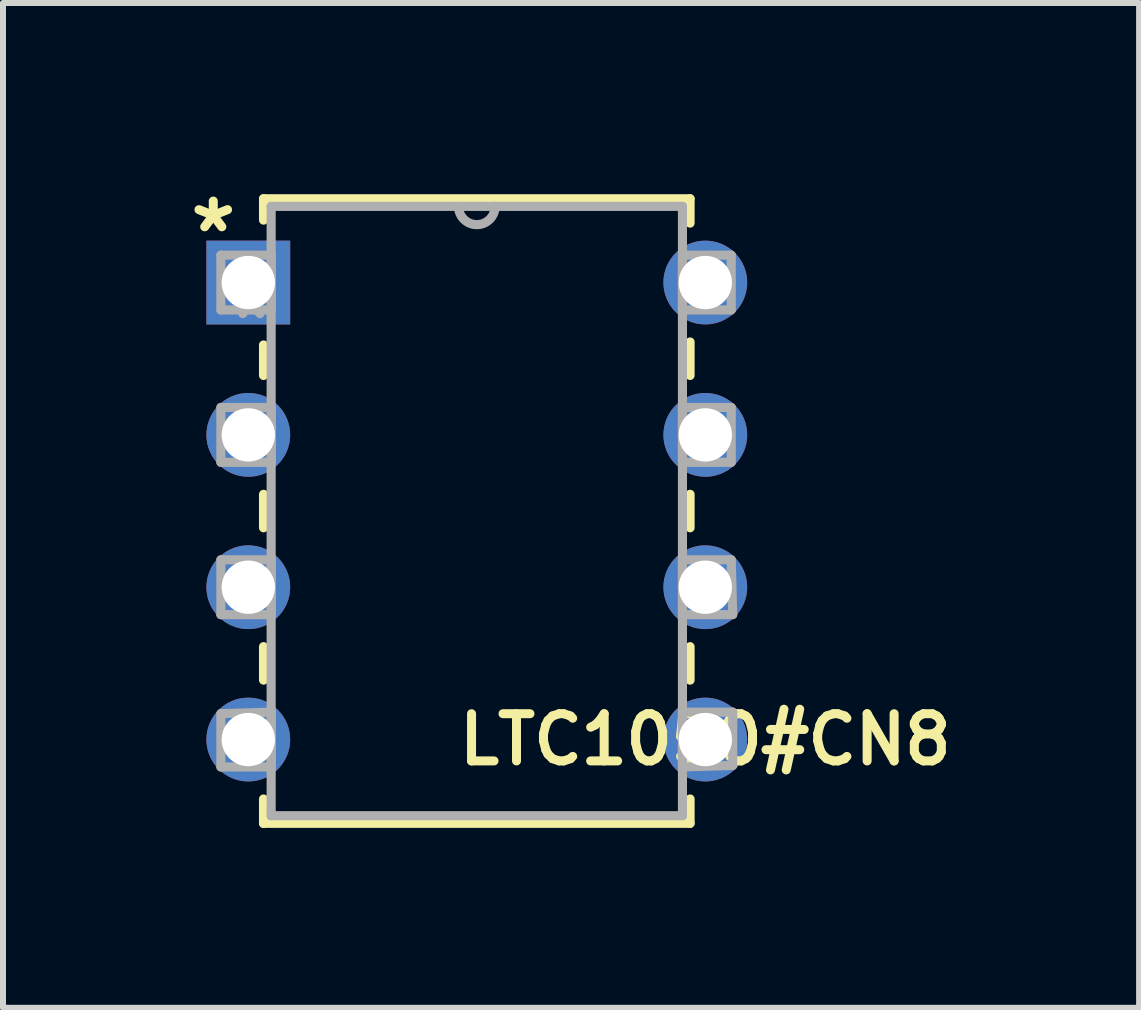
<source format=kicad_pcb>
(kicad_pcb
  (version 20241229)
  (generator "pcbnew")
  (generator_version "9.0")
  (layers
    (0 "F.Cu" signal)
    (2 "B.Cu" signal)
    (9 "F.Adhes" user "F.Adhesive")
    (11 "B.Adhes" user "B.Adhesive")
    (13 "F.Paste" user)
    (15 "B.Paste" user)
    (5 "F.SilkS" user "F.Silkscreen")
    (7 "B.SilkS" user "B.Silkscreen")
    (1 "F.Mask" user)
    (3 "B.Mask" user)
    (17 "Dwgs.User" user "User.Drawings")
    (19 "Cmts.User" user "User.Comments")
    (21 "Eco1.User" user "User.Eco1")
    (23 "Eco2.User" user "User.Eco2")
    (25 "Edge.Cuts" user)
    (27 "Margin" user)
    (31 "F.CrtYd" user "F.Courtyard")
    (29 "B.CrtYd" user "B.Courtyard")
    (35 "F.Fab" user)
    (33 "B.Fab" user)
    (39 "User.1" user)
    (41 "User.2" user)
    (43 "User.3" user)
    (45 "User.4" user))
  (footprint "LTC1050#CN8"
    (layer "F.Cu")
    (at 8.71 9.281)
    (property "Reference" "LTC1050#CN8" (at 0 0 0) (layer "F.SilkS") (effects (font (size 0.787 0.787) (thickness 0.15))))
    (attr through_hole)
    (fp_line (start -7.366 -9.017) (end -7.366 -8.661) (stroke (width 0.152) (type solid)) (layer "F.SilkS"))
    (fp_line (start -7.366 -6.579) (end -7.366 -6.071) (stroke (width 0.152) (type solid)) (layer "F.SilkS"))
    (fp_line (start -7.366 -4.089) (end -7.366 -3.531) (stroke (width 0.152) (type solid)) (layer "F.SilkS"))
    (fp_line (start -7.366 -1.549) (end -7.366 -0.991) (stroke (width 0.152) (type solid)) (layer "F.SilkS"))
    (fp_line (start -7.366 0.991) (end -7.366 1.397) (stroke (width 0.152) (type solid)) (layer "F.SilkS"))
    (fp_line (start -7.366 1.397) (end -0.254 1.397) (stroke (width 0.152) (type solid)) (layer "F.SilkS"))
    (fp_line (start -0.254 -9.017) (end -7.366 -9.017) (stroke (width 0.152) (type solid)) (layer "F.SilkS"))
    (fp_line (start -0.254 -8.611) (end -0.254 -9.017) (stroke (width 0.152) (type solid)) (layer "F.SilkS"))
    (fp_line (start -0.254 -6.071) (end -0.254 -6.629) (stroke (width 0.152) (type solid)) (layer "F.SilkS"))
    (fp_line (start -0.254 -3.531) (end -0.254 -4.089) (stroke (width 0.152) (type solid)) (layer "F.SilkS"))
    (fp_line (start -0.254 -0.991) (end -0.254 -1.549) (stroke (width 0.152) (type solid)) (layer "F.SilkS"))
    (fp_line (start -0.254 1.397) (end -0.254 0.991) (stroke (width 0.152) (type solid)) (layer "F.SilkS"))
    (fp_line (start -8.077 -8.077) (end -8.077 -7.163) (stroke (width 0.152) (type solid)) (layer "F.Fab"))
    (fp_line (start -8.077 -7.163) (end -7.239 -7.163) (stroke (width 0.152) (type solid)) (layer "F.Fab"))
    (fp_line (start -8.077 -5.537) (end -8.077 -4.623) (stroke (width 0.152) (type solid)) (layer "F.Fab"))
    (fp_line (start -8.077 -4.623) (end -7.239 -4.623) (stroke (width 0.152) (type solid)) (layer "F.Fab"))
    (fp_line (start -8.077 -2.997) (end -8.077 -2.083) (stroke (width 0.152) (type solid)) (layer "F.Fab"))
    (fp_line (start -8.077 -2.083) (end -7.239 -2.083) (stroke (width 0.152) (type solid)) (layer "F.Fab"))
    (fp_line (start -8.077 -0.432) (end -8.077 0.457) (stroke (width 0.152) (type solid)) (layer "F.Fab"))
    (fp_line (start -8.077 0.457) (end -7.239 0.457) (stroke (width 0.152) (type solid)) (layer "F.Fab"))
    (fp_line (start -7.239 -8.89) (end -7.239 1.27) (stroke (width 0.152) (type solid)) (layer "F.Fab"))
    (fp_line (start -7.239 -8.077) (end -8.077 -8.077) (stroke (width 0.152) (type solid)) (layer "F.Fab"))
    (fp_line (start -7.239 -7.163) (end -7.239 -8.077) (stroke (width 0.152) (type solid)) (layer "F.Fab"))
    (fp_line (start -7.239 -5.537) (end -8.077 -5.537) (stroke (width 0.152) (type solid)) (layer "F.Fab"))
    (fp_line (start -7.239 -4.623) (end -7.239 -5.537) (stroke (width 0.152) (type solid)) (layer "F.Fab"))
    (fp_line (start -7.239 -2.997) (end -8.077 -2.997) (stroke (width 0.152) (type solid)) (layer "F.Fab"))
    (fp_line (start -7.239 -2.083) (end -7.239 -2.997) (stroke (width 0.152) (type solid)) (layer "F.Fab"))
    (fp_line (start -7.239 -0.457) (end -8.077 -0.432) (stroke (width 0.152) (type solid)) (layer "F.Fab"))
    (fp_line (start -7.239 0.457) (end -7.239 -0.457) (stroke (width 0.152) (type solid)) (layer "F.Fab"))
    (fp_line (start -7.239 1.27) (end -0.381 1.27) (stroke (width 0.152) (type solid)) (layer "F.Fab"))
    (fp_line (start -4.115 -8.89) (end -7.239 -8.89) (stroke (width 0.152) (type solid)) (layer "F.Fab"))
    (fp_line (start -3.505 -8.89) (end -4.115 -8.89) (stroke (width 0.152) (type solid)) (layer "F.Fab"))
    (fp_line (start -0.381 -8.89) (end -3.505 -8.89) (stroke (width 0.152) (type solid)) (layer "F.Fab"))
    (fp_line (start -0.381 -8.077) (end -0.381 -7.163) (stroke (width 0.152) (type solid)) (layer "F.Fab"))
    (fp_line (start -0.381 -7.163) (end 0.432 -7.163) (stroke (width 0.152) (type solid)) (layer "F.Fab"))
    (fp_line (start -0.381 -5.537) (end -0.381 -4.623) (stroke (width 0.152) (type solid)) (layer "F.Fab"))
    (fp_line (start -0.381 -4.623) (end 0.432 -4.623) (stroke (width 0.152) (type solid)) (layer "F.Fab"))
    (fp_line (start -0.381 -2.997) (end -0.381 -2.083) (stroke (width 0.152) (type solid)) (layer "F.Fab"))
    (fp_line (start -0.381 -2.083) (end 0.457 -2.083) (stroke (width 0.152) (type solid)) (layer "F.Fab"))
    (fp_line (start -0.381 -0.457) (end -0.381 0.457) (stroke (width 0.152) (type solid)) (layer "F.Fab"))
    (fp_line (start -0.381 0.457) (end 0.457 0.432) (stroke (width 0.152) (type solid)) (layer "F.Fab"))
    (fp_line (start -0.381 1.27) (end -0.381 -8.89) (stroke (width 0.152) (type solid)) (layer "F.Fab"))
    (fp_line (start 0.432 -8.077) (end -0.381 -8.077) (stroke (width 0.152) (type solid)) (layer "F.Fab"))
    (fp_line (start 0.432 -7.163) (end 0.432 -8.077) (stroke (width 0.152) (type solid)) (layer "F.Fab"))
    (fp_line (start 0.432 -5.537) (end -0.381 -5.537) (stroke (width 0.152) (type solid)) (layer "F.Fab"))
    (fp_line (start 0.432 -4.623) (end 0.432 -5.537) (stroke (width 0.152) (type solid)) (layer "F.Fab"))
    (fp_line (start 0.432 -2.997) (end -0.381 -2.997) (stroke (width 0.152) (type solid)) (layer "F.Fab"))
    (fp_line (start 0.457 -2.083) (end 0.432 -2.997) (stroke (width 0.152) (type solid)) (layer "F.Fab"))
    (fp_line (start 0.457 -0.457) (end -0.381 -0.457) (stroke (width 0.152) (type solid)) (layer "F.Fab"))
    (fp_line (start 0.457 0.432) (end 0.457 -0.457) (stroke (width 0.152) (type solid)) (layer "F.Fab"))
    (fp_arc (start -3.5052 -8.89) (mid -3.81 -8.5852) (end -4.1148 -8.89) (stroke (width 0.1524) (type solid)) (layer "F.Fab"))
    (fp_text user "*" (at -8.204 -8.433 0) (layer "F.SilkS") (effects (font (size 1 1) (thickness 0.15))))
    (fp_text user "*" (at -7.569 -6.985 0) (layer "F.Fab") (effects (font (size 1 1) (thickness 0.15))))
    (pad "1" thru_hole rect (at -7.62 -7.62) (size 1.397 1.397) (drill 0.889) (layers "*.Cu" "*.Mask"))
    (pad "2" thru_hole circle (at -7.62 -5.08) (size 1.397 1.397) (drill 0.889) (layers "*.Cu" "*.Mask"))
    (pad "3" thru_hole circle (at -7.62 -2.54) (size 1.397 1.397) (drill 0.889) (layers "*.Cu" "*.Mask"))
    (pad "4" thru_hole circle (at -7.62 0) (size 1.397 1.397) (drill 0.889) (layers "*.Cu" "*.Mask"))
    (pad "5" thru_hole circle (at 0 0) (size 1.397 1.397) (drill 0.889) (layers "*.Cu" "*.Mask"))
    (pad "6" thru_hole circle (at 0 -2.54) (size 1.397 1.397) (drill 0.889) (layers "*.Cu" "*.Mask"))
    (pad "7" thru_hole circle (at 0 -5.08) (size 1.397 1.397) (drill 0.889) (layers "*.Cu" "*.Mask"))
    (pad "8" thru_hole circle (at 0 -7.62) (size 1.397 1.397) (drill 0.889) (layers "*.Cu" "*.Mask")))
  (gr_rect
    (start -3 -3)
    (end 15.943 13.754)
    (stroke (width 0.1) (type default))
    (fill no)
    (layer "Edge.Cuts")))
</source>
